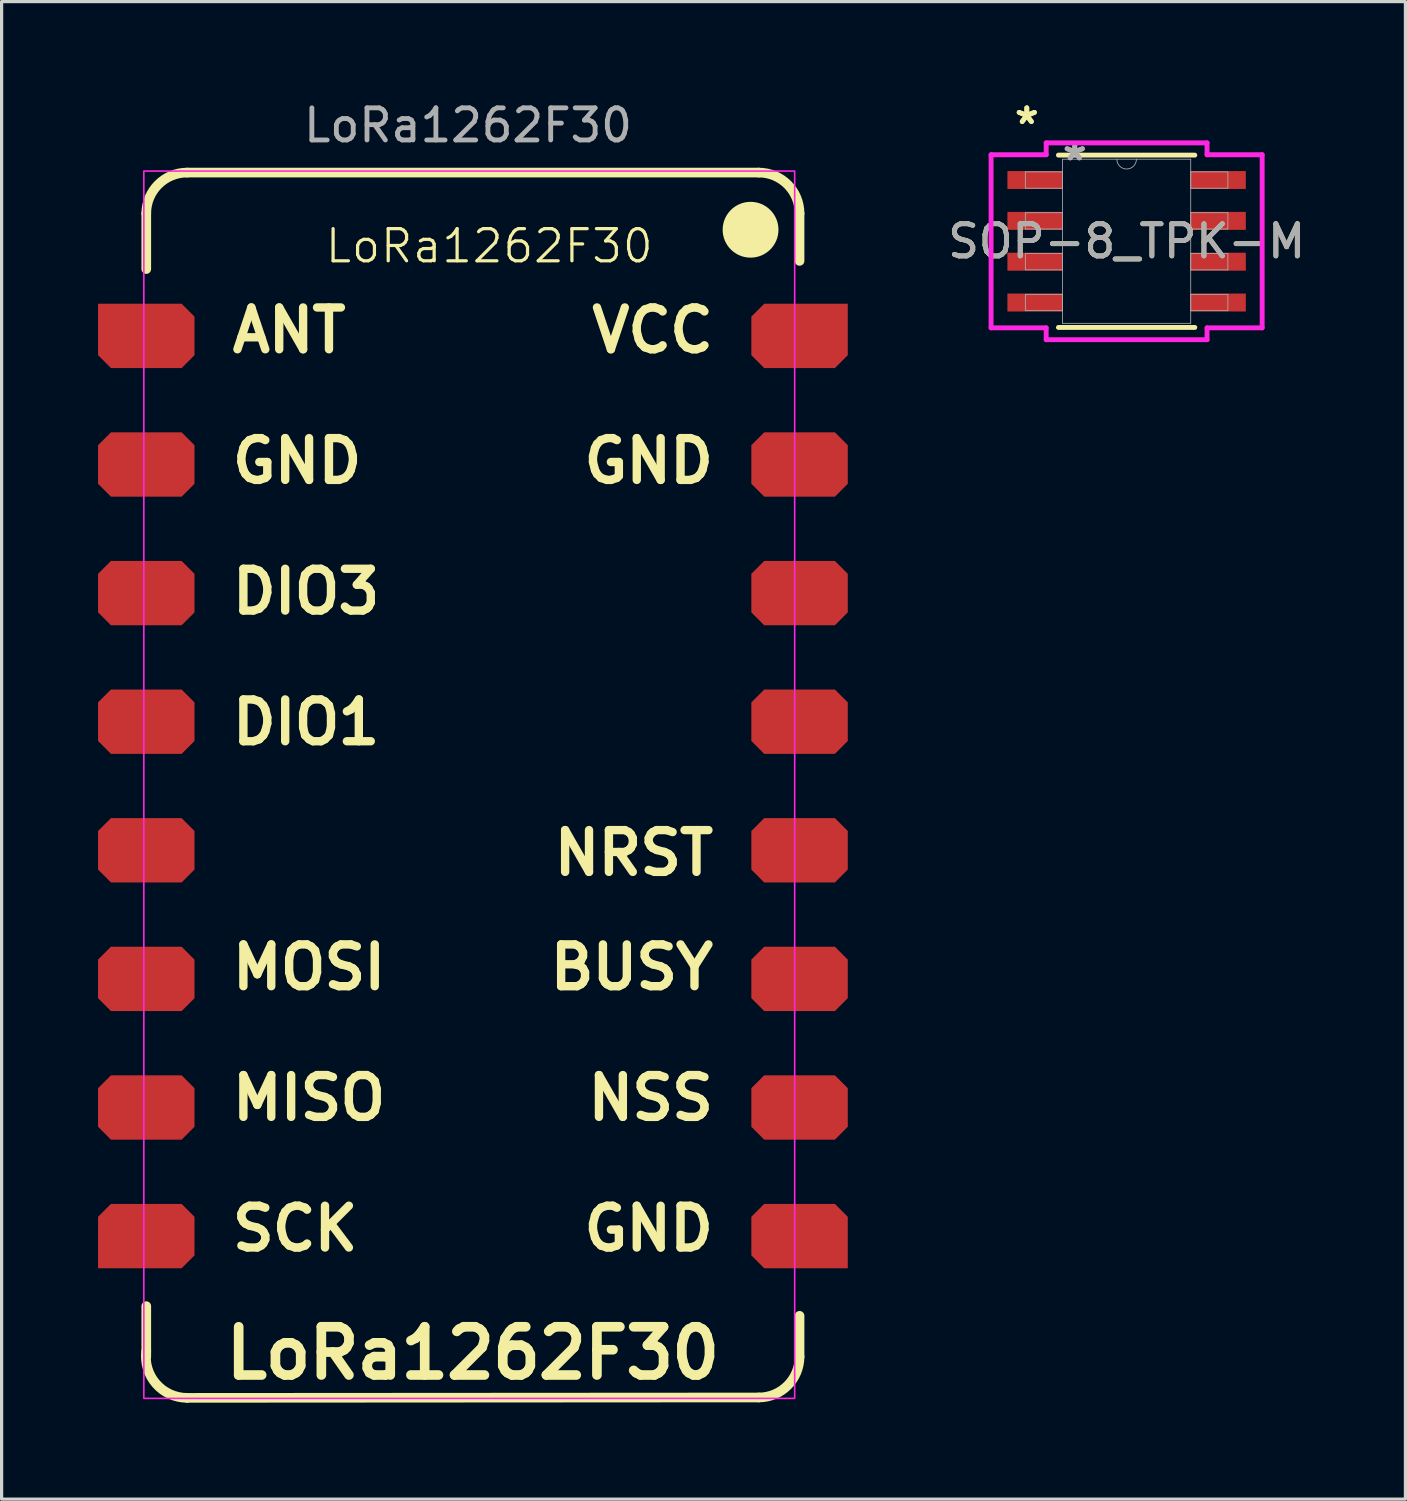
<source format=kicad_pcb>
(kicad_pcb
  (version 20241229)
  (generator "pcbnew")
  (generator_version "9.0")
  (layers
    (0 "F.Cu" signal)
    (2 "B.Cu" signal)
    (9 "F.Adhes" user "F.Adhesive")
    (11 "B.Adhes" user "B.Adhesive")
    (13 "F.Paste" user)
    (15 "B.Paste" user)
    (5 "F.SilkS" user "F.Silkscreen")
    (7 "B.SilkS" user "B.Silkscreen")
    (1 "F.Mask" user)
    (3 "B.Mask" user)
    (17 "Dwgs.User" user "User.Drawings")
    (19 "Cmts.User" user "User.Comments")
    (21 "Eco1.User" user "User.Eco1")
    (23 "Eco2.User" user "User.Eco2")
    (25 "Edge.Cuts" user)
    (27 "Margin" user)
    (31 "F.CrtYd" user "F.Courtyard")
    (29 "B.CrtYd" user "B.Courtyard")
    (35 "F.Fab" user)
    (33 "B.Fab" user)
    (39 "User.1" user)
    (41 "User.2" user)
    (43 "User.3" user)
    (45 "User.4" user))
  (footprint "LoRa1262F30"
    (layer "F.Cu")
    (at 11.66 21.368)
    (property "Reference" "LoRa1262F30" (at 0.508 -16.764 0) (unlocked yes) (layer "F.SilkS") (effects (font (size 1 1) (thickness 0.1))))
    (attr smd)
    (fp_line (start -10.16 -17.78) (end -10.16 -16.049) (stroke (width 0.3) (type default)) (layer "F.SilkS"))
    (fp_line (start -10.16 16.209) (end -10.16 17.78) (stroke (width 0.3) (type default)) (layer "F.SilkS"))
    (fp_line (start -8.89 19.062) (end 8.89 19.05) (stroke (width 0.3) (type default)) (layer "F.SilkS"))
    (fp_line (start 8.89 -19.05) (end -8.89 -19.05) (stroke (width 0.3) (type default)) (layer "F.SilkS"))
    (fp_line (start 10.16 -16.303) (end 10.16 -17.78) (stroke (width 0.3) (type default)) (layer "F.SilkS"))
    (fp_line (start 10.16 17.78) (end 10.16 16.51) (stroke (width 0.3) (type default)) (layer "F.SilkS"))
    (fp_arc (start -10.16 -17.78) (mid -9.788026 -18.678026) (end -8.89 -19.05) (stroke (width 0.3) (type default)) (layer "F.SilkS"))
    (fp_arc (start -8.89 19.061864) (mid -9.855977 18.622654) (end -10.16 17.606) (stroke (width 0.3) (type default)) (layer "F.SilkS"))
    (fp_arc (start 8.89 -19.05) (mid 9.788026 -18.678026) (end 10.16 -17.78) (stroke (width 0.3) (type default)) (layer "F.SilkS"))
    (fp_arc (start 10.16 17.78) (mid 9.788026 18.678026) (end 8.89 19.05) (stroke (width 0.3) (type default)) (layer "F.SilkS"))
    (fp_circle (center 8.636 -17.272) (end 9.354 -17.272) (stroke (width 0.3) (type solid)) (fill yes) (layer "F.SilkS"))
    (fp_rect (start -10.236 -19.097) (end 10.008 19.079) (stroke (width 0.05) (type default)) (fill no) (layer "F.CrtYd"))
    (fp_text user "DIO1" (at -7.62 -1.19 0) (unlocked yes) (layer "F.SilkS") (effects (font (size 1.3 1.3) (thickness 0.26) (bold yes)) (justify left bottom)))
    (fp_text user "MOSI" (at -7.62 6.43 0) (unlocked yes) (layer "F.SilkS") (effects (font (size 1.3 1.3) (thickness 0.26) (bold yes)) (justify left bottom)))
    (fp_text user "SCK" (at -7.62 14.558 0) (unlocked yes) (layer "F.SilkS") (effects (font (size 1.3 1.3) (thickness 0.26) (bold yes)) (justify left bottom)))
    (fp_text user "MISO" (at -7.62 10.494 0) (unlocked yes) (layer "F.SilkS") (effects (font (size 1.3 1.3) (thickness 0.26) (bold yes)) (justify left bottom)))
    (fp_text user "NRST" (at 7.62 2.874 0) (unlocked yes) (layer "F.SilkS") (effects (font (size 1.3 1.3) (thickness 0.26) (bold yes)) (justify right bottom)))
    (fp_text user "GND" (at -7.62 -9.318 0) (unlocked yes) (layer "F.SilkS") (effects (font (size 1.3 1.3) (thickness 0.26) (bold yes)) (justify left bottom)))
    (fp_text user "ANT" (at -7.62 -13.382 0) (unlocked yes) (layer "F.SilkS") (effects (font (size 1.3 1.3) (thickness 0.26) (bold yes)) (justify left bottom)))
    (fp_text user "NSS" (at 7.62 10.494 0) (unlocked yes) (layer "F.SilkS") (effects (font (size 1.3 1.3) (thickness 0.26) (bold yes)) (justify right bottom)))
    (fp_text user "DIO3" (at -7.62 -5.254 0) (unlocked yes) (layer "F.SilkS") (effects (font (size 1.3 1.3) (thickness 0.26) (bold yes)) (justify left bottom)))
    (fp_text user "GND" (at 7.62 -9.318 0) (unlocked yes) (layer "F.SilkS") (effects (font (size 1.3 1.3) (thickness 0.26) (bold yes)) (justify right bottom)))
    (fp_text user "LoRa1262F30" (at 0 18.55 0) (unlocked yes) (layer "F.SilkS") (effects (font (size 1.5 1.5) (thickness 0.3) (bold yes)) (justify bottom)))
    (fp_text user "GND" (at 7.62 14.558 0) (unlocked yes) (layer "F.SilkS") (effects (font (size 1.3 1.3) (thickness 0.26) (bold yes)) (justify right bottom)))
    (fp_text user "VCC" (at 7.62 -13.382 0) (unlocked yes) (layer "F.SilkS") (effects (font (size 1.3 1.3) (thickness 0.26) (bold yes)) (justify right bottom)))
    (fp_text user "BUSY" (at 7.62 6.43 0) (unlocked yes) (layer "F.SilkS") (effects (font (size 1.3 1.3) (thickness 0.26) (bold yes)) (justify right bottom)))
    (fp_text user "${REFERENCE}" (at -0.152 -20.519 0) (unlocked yes) (layer "F.Fab") (effects (font (size 1 1) (thickness 0.15))))
    (pad "1" smd roundrect (at 10.16 -13.97) (size 3 2) (layers "F.Cu" "F.Mask" "F.Paste") (roundrect_rratio 0) (chamfer_ratio 0.2) (chamfer top_left bottom_left bottom_right))
    (pad "2" smd roundrect (at 10.16 -9.97) (size 3 2) (layers "F.Cu" "F.Mask" "F.Paste") (roundrect_rratio 0) (chamfer_ratio 0.2) (chamfer top_left top_right bottom_left bottom_right))
    (pad "3" smd roundrect (at 10.16 -5.97) (size 3 2) (layers "F.Cu" "F.Mask" "F.Paste") (roundrect_rratio 0) (chamfer_ratio 0.2) (chamfer top_left top_right bottom_left bottom_right))
    (pad "4" smd roundrect (at 10.16 -1.97) (size 3 2) (layers "F.Cu" "F.Mask" "F.Paste") (roundrect_rratio 0) (chamfer_ratio 0.2) (chamfer top_left top_right bottom_left bottom_right))
    (pad "5" smd roundrect (at 10.16 2.03) (size 3 2) (layers "F.Cu" "F.Mask" "F.Paste") (roundrect_rratio 0) (chamfer_ratio 0.2) (chamfer top_left top_right bottom_left bottom_right))
    (pad "6" smd roundrect (at 10.16 6.03) (size 3 2) (layers "F.Cu" "F.Mask" "F.Paste") (roundrect_rratio 0) (chamfer_ratio 0.2) (chamfer top_left top_right bottom_left bottom_right))
    (pad "7" smd roundrect (at 10.16 10.03) (size 3 2) (layers "F.Cu" "F.Mask" "F.Paste") (roundrect_rratio 0) (chamfer_ratio 0.2) (chamfer top_left top_right bottom_left bottom_right))
    (pad "8" smd roundrect (at 10.16 14.03) (size 3 2) (layers "F.Cu" "F.Mask" "F.Paste") (roundrect_rratio 0) (chamfer_ratio 0.2) (chamfer top_left top_right bottom_left))
    (pad "9" smd roundrect (at -10.16 14.03) (size 3 2) (layers "F.Cu" "F.Mask" "F.Paste") (roundrect_rratio 0) (chamfer_ratio 0.2) (chamfer top_left top_right bottom_right))
    (pad "10" smd roundrect (at -10.16 10.03) (size 3 2) (layers "F.Cu" "F.Mask" "F.Paste") (roundrect_rratio 0) (chamfer_ratio 0.2) (chamfer top_left top_right bottom_left bottom_right))
    (pad "11" smd roundrect (at -10.16 6.03) (size 3 2) (layers "F.Cu" "F.Mask" "F.Paste") (roundrect_rratio 0) (chamfer_ratio 0.2) (chamfer top_left top_right bottom_left bottom_right))
    (pad "12" smd roundrect (at -10.16 2.03) (size 3 2) (layers "F.Cu" "F.Mask" "F.Paste") (roundrect_rratio 0) (chamfer_ratio 0.2) (chamfer top_left top_right bottom_left bottom_right))
    (pad "13" smd roundrect (at -10.16 -1.97) (size 3 2) (layers "F.Cu" "F.Mask" "F.Paste") (roundrect_rratio 0) (chamfer_ratio 0.2) (chamfer top_left top_right bottom_left bottom_right))
    (pad "14" smd roundrect (at -10.16 -5.97) (size 3 2) (layers "F.Cu" "F.Mask" "F.Paste") (roundrect_rratio 0) (chamfer_ratio 0.2) (chamfer top_left top_right bottom_left bottom_right))
    (pad "15" smd roundrect (at -10.16 -9.97) (size 3 2) (layers "F.Cu" "F.Mask" "F.Paste") (roundrect_rratio 0) (chamfer_ratio 0.2) (chamfer top_left top_right bottom_left bottom_right))
    (pad "16" smd roundrect (at -10.16 -13.97) (size 3 2) (layers "F.Cu" "F.Mask" "F.Paste") (roundrect_rratio 0) (chamfer_ratio 0.2) (chamfer top_right bottom_left bottom_right)))
  (footprint "SOP-8_TPK-M"
    (layer "F.Cu")
    (at 31.993 4.455)
    (property "Reference" "SOP-8_TPK-M" (at 0 0 0) (unlocked yes) (layer "F.SilkS") (effects (font (size 1 1) (thickness 0.15))))
    (attr smd)
    (fp_line (start -2.121 2.68) (end 2.121 2.68) (stroke (width 0.152) (type solid)) (layer "F.SilkS"))
    (fp_line (start 2.121 -2.68) (end -2.121 -2.68) (stroke (width 0.152) (type solid)) (layer "F.SilkS"))
    (fp_line (start -4.216 -2.692) (end -2.502 -2.692) (stroke (width 0.152) (type solid)) (layer "F.CrtYd"))
    (fp_line (start -4.216 2.692) (end -4.216 -2.692) (stroke (width 0.152) (type solid)) (layer "F.CrtYd"))
    (fp_line (start -4.216 2.692) (end -2.502 2.692) (stroke (width 0.152) (type solid)) (layer "F.CrtYd"))
    (fp_line (start -2.502 -3.061) (end 2.502 -3.061) (stroke (width 0.152) (type solid)) (layer "F.CrtYd"))
    (fp_line (start -2.502 -2.692) (end -2.502 -3.061) (stroke (width 0.152) (type solid)) (layer "F.CrtYd"))
    (fp_line (start -2.502 3.061) (end -2.502 2.692) (stroke (width 0.152) (type solid)) (layer "F.CrtYd"))
    (fp_line (start 2.502 -3.061) (end 2.502 -2.692) (stroke (width 0.152) (type solid)) (layer "F.CrtYd"))
    (fp_line (start 2.502 2.692) (end 2.502 3.061) (stroke (width 0.152) (type solid)) (layer "F.CrtYd"))
    (fp_line (start 2.502 3.061) (end -2.502 3.061) (stroke (width 0.152) (type solid)) (layer "F.CrtYd"))
    (fp_line (start 4.216 -2.692) (end 2.502 -2.692) (stroke (width 0.152) (type solid)) (layer "F.CrtYd"))
    (fp_line (start 4.216 -2.692) (end 4.216 2.692) (stroke (width 0.152) (type solid)) (layer "F.CrtYd"))
    (fp_line (start 4.216 2.692) (end 2.502 2.692) (stroke (width 0.152) (type solid)) (layer "F.CrtYd"))
    (fp_line (start -3.15 -2.159) (end -3.15 -1.651) (stroke (width 0.025) (type solid)) (layer "F.Fab"))
    (fp_line (start -3.15 -1.651) (end -1.994 -1.651) (stroke (width 0.025) (type solid)) (layer "F.Fab"))
    (fp_line (start -3.15 -0.889) (end -3.15 -0.381) (stroke (width 0.025) (type solid)) (layer "F.Fab"))
    (fp_line (start -3.15 -0.381) (end -1.994 -0.381) (stroke (width 0.025) (type solid)) (layer "F.Fab"))
    (fp_line (start -3.15 0.381) (end -3.15 0.889) (stroke (width 0.025) (type solid)) (layer "F.Fab"))
    (fp_line (start -3.15 0.889) (end -1.994 0.889) (stroke (width 0.025) (type solid)) (layer "F.Fab"))
    (fp_line (start -3.15 1.651) (end -3.15 2.159) (stroke (width 0.025) (type solid)) (layer "F.Fab"))
    (fp_line (start -3.15 2.159) (end -1.994 2.159) (stroke (width 0.025) (type solid)) (layer "F.Fab"))
    (fp_line (start -1.994 -2.553) (end -1.994 2.553) (stroke (width 0.025) (type solid)) (layer "F.Fab"))
    (fp_line (start -1.994 -2.159) (end -3.15 -2.159) (stroke (width 0.025) (type solid)) (layer "F.Fab"))
    (fp_line (start -1.994 -1.651) (end -1.994 -2.159) (stroke (width 0.025) (type solid)) (layer "F.Fab"))
    (fp_line (start -1.994 -0.889) (end -3.15 -0.889) (stroke (width 0.025) (type solid)) (layer "F.Fab"))
    (fp_line (start -1.994 -0.381) (end -1.994 -0.889) (stroke (width 0.025) (type solid)) (layer "F.Fab"))
    (fp_line (start -1.994 0.381) (end -3.15 0.381) (stroke (width 0.025) (type solid)) (layer "F.Fab"))
    (fp_line (start -1.994 0.889) (end -1.994 0.381) (stroke (width 0.025) (type solid)) (layer "F.Fab"))
    (fp_line (start -1.994 1.651) (end -3.15 1.651) (stroke (width 0.025) (type solid)) (layer "F.Fab"))
    (fp_line (start -1.994 2.159) (end -1.994 1.651) (stroke (width 0.025) (type solid)) (layer "F.Fab"))
    (fp_line (start -1.994 2.553) (end 1.994 2.553) (stroke (width 0.025) (type solid)) (layer "F.Fab"))
    (fp_line (start 1.994 -2.553) (end -1.994 -2.553) (stroke (width 0.025) (type solid)) (layer "F.Fab"))
    (fp_line (start 1.994 -2.159) (end 1.994 -1.651) (stroke (width 0.025) (type solid)) (layer "F.Fab"))
    (fp_line (start 1.994 -1.651) (end 3.15 -1.651) (stroke (width 0.025) (type solid)) (layer "F.Fab"))
    (fp_line (start 1.994 -0.889) (end 1.994 -0.381) (stroke (width 0.025) (type solid)) (layer "F.Fab"))
    (fp_line (start 1.994 -0.381) (end 3.15 -0.381) (stroke (width 0.025) (type solid)) (layer "F.Fab"))
    (fp_line (start 1.994 0.381) (end 1.994 0.889) (stroke (width 0.025) (type solid)) (layer "F.Fab"))
    (fp_line (start 1.994 0.889) (end 3.15 0.889) (stroke (width 0.025) (type solid)) (layer "F.Fab"))
    (fp_line (start 1.994 1.651) (end 1.994 2.159) (stroke (width 0.025) (type solid)) (layer "F.Fab"))
    (fp_line (start 1.994 2.159) (end 3.15 2.159) (stroke (width 0.025) (type solid)) (layer "F.Fab"))
    (fp_line (start 1.994 2.553) (end 1.994 -2.553) (stroke (width 0.025) (type solid)) (layer "F.Fab"))
    (fp_line (start 3.15 -2.159) (end 1.994 -2.159) (stroke (width 0.025) (type solid)) (layer "F.Fab"))
    (fp_line (start 3.15 -1.651) (end 3.15 -2.159) (stroke (width 0.025) (type solid)) (layer "F.Fab"))
    (fp_line (start 3.15 -0.889) (end 1.994 -0.889) (stroke (width 0.025) (type solid)) (layer "F.Fab"))
    (fp_line (start 3.15 -0.381) (end 3.15 -0.889) (stroke (width 0.025) (type solid)) (layer "F.Fab"))
    (fp_line (start 3.15 0.381) (end 1.994 0.381) (stroke (width 0.025) (type solid)) (layer "F.Fab"))
    (fp_line (start 3.15 0.889) (end 3.15 0.381) (stroke (width 0.025) (type solid)) (layer "F.Fab"))
    (fp_line (start 3.15 1.651) (end 1.994 1.651) (stroke (width 0.025) (type solid)) (layer "F.Fab"))
    (fp_line (start 3.15 2.159) (end 3.15 1.651) (stroke (width 0.025) (type solid)) (layer "F.Fab"))
    (fp_arc (start 0.3048 -2.5527) (mid 0 -2.2479) (end -0.3048 -2.5527) (stroke (width 0.0254) (type solid)) (layer "F.Fab"))
    (fp_text user "*" (at -3.105 -3.607 0) (unlocked yes) (layer "F.SilkS") (effects (font (size 1 1) (thickness 0.15))))
    (fp_text user "*" (at -3.105 -3.607 0) (layer "F.SilkS") (effects (font (size 1 1) (thickness 0.15))))
    (fp_text user "*" (at -1.613 -2.477 0) (layer "F.Fab") (effects (font (size 1 1) (thickness 0.15))))
    (fp_text user "${REFERENCE}" (at 0 0 0) (unlocked yes) (layer "F.Fab") (effects (font (size 1 1) (thickness 0.15))))
    (fp_text user "*" (at -1.613 -2.477 0) (unlocked yes) (layer "F.Fab") (effects (font (size 1 1) (thickness 0.15))))
    (pad "1" smd rect (at -2.851 -1.905) (size 1.714 0.559) (layers "F.Cu" "F.Mask" "F.Paste"))
    (pad "2" smd rect (at -2.851 -0.635) (size 1.714 0.559) (layers "F.Cu" "F.Mask" "F.Paste"))
    (pad "3" smd rect (at -2.851 0.635) (size 1.714 0.559) (layers "F.Cu" "F.Mask" "F.Paste"))
    (pad "4" smd rect (at -2.851 1.905) (size 1.714 0.559) (layers "F.Cu" "F.Mask" "F.Paste"))
    (pad "5" smd rect (at 2.851 1.905) (size 1.714 0.559) (layers "F.Cu" "F.Mask" "F.Paste"))
    (pad "6" smd rect (at 2.851 0.635) (size 1.714 0.559) (layers "F.Cu" "F.Mask" "F.Paste"))
    (pad "7" smd rect (at 2.851 -0.635) (size 1.714 0.559) (layers "F.Cu" "F.Mask" "F.Paste"))
    (pad "8" smd rect (at 2.851 -1.905) (size 1.714 0.559) (layers "F.Cu" "F.Mask" "F.Paste")))
  (gr_rect
    (start -3 -3)
    (end 40.665 43.58)
    (stroke (width 0.1) (type default))
    (fill no)
    (layer "Edge.Cuts")))
</source>
